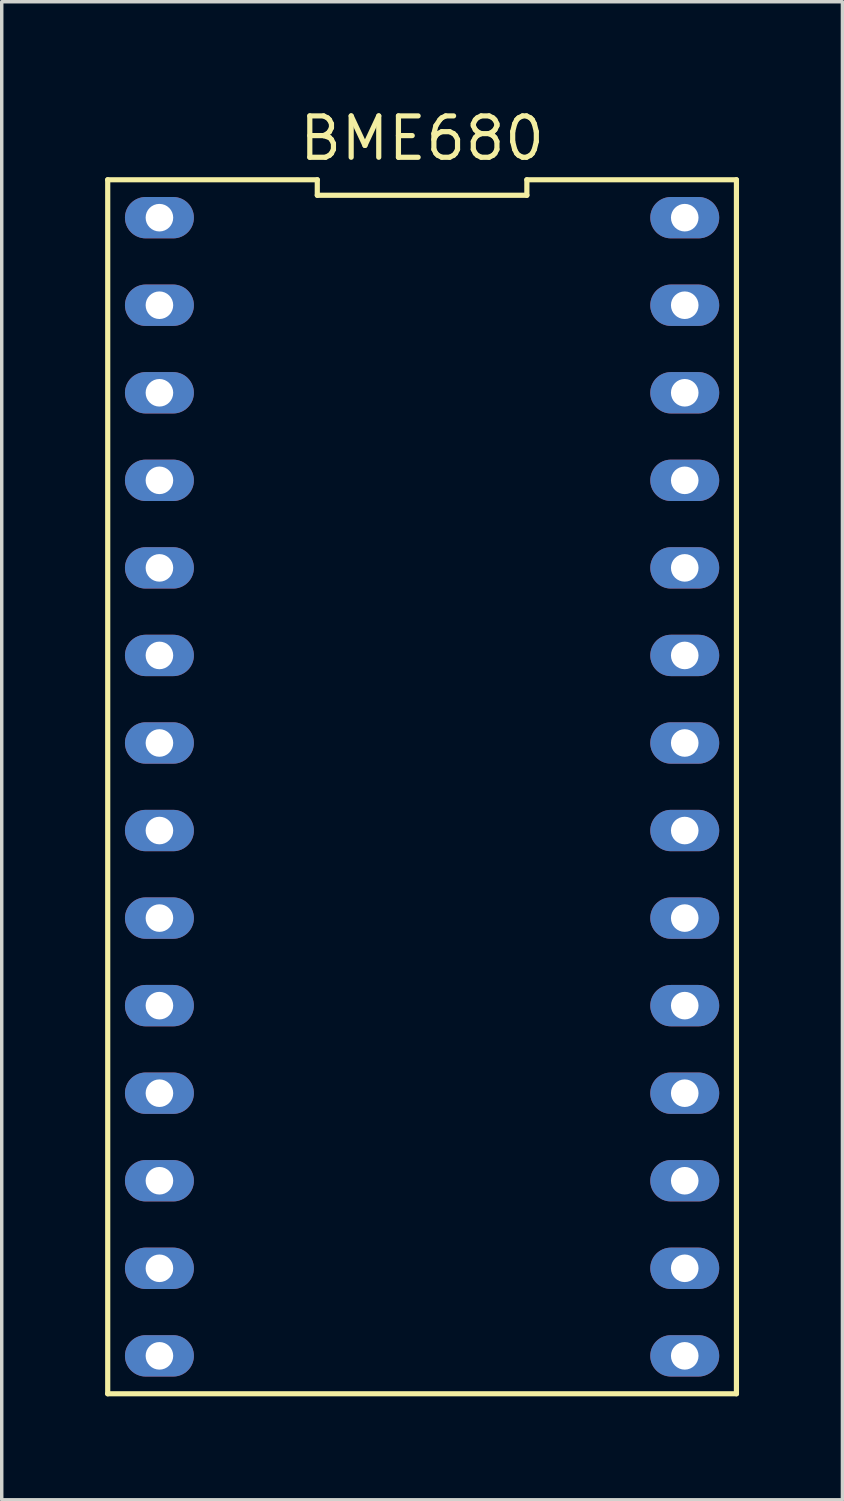
<source format=kicad_pcb>
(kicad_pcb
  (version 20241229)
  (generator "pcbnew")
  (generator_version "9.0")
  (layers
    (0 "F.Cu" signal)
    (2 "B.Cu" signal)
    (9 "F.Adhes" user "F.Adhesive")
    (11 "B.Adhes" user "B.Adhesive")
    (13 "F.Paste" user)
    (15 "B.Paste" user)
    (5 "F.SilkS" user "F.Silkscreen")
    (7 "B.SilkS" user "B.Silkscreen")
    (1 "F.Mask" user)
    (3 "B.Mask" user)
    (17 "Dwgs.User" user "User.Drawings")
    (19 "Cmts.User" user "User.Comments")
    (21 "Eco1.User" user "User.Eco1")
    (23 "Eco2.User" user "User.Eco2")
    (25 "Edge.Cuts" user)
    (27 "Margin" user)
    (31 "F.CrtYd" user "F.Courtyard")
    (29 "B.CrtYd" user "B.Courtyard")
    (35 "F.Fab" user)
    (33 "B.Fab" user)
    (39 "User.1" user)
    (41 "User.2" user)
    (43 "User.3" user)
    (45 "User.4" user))
  (footprint "BME680"
    (layer "F.Cu")
    (at 9.195 19.775)
    (property "Reference" "BME680" (at 0 -18.81 0) (layer "F.SilkS") (effects (font (size 1.2 1.2) (thickness 0.15))))
    (attr through_hole)
    (fp_line (start -9.12 17.61) (end 9.12 17.61) (stroke (width 0.15) (type solid)) (layer "F.SilkS"))
    (fp_line (start -9.12 -17.61) (end -9.12 17.61) (stroke (width 0.15) (type solid)) (layer "F.SilkS"))
    (fp_line (start -3.04 -17.61) (end -9.12 -17.61) (stroke (width 0.15) (type solid)) (layer "F.SilkS"))
    (fp_line (start -3.04 -17.16) (end -3.04 -17.61) (stroke (width 0.15) (type solid)) (layer "F.SilkS"))
    (fp_line (start 3.04 -17.61) (end 3.04 -17.16) (stroke (width 0.15) (type solid)) (layer "F.SilkS"))
    (fp_line (start 3.04 -17.16) (end -3.04 -17.16) (stroke (width 0.15) (type solid)) (layer "F.SilkS"))
    (fp_line (start 9.12 17.61) (end 9.12 -17.61) (stroke (width 0.15) (type solid)) (layer "F.SilkS"))
    (fp_line (start 9.12 -17.61) (end 3.04 -17.61) (stroke (width 0.15) (type solid)) (layer "F.SilkS"))
    (pad "1" thru_hole oval (at -7.62 -16.51 270) (size 1.2 2) (drill 0.8) (layers "*.Cu" "*.Mask"))
    (pad "2" thru_hole oval (at -7.62 -13.97 270) (size 1.2 2) (drill 0.8) (layers "*.Cu" "*.Mask"))
    (pad "3" thru_hole oval (at -7.62 -11.43 270) (size 1.2 2) (drill 0.8) (layers "*.Cu" "*.Mask"))
    (pad "4" thru_hole oval (at -7.62 -8.89 270) (size 1.2 2) (drill 0.8) (layers "*.Cu" "*.Mask"))
    (pad "5" thru_hole oval (at -7.62 -6.35 270) (size 1.2 2) (drill 0.8) (layers "*.Cu" "*.Mask"))
    (pad "6" thru_hole oval (at -7.62 -3.81 270) (size 1.2 2) (drill 0.8) (layers "*.Cu" "*.Mask"))
    (pad "7" thru_hole oval (at -7.62 -1.27 270) (size 1.2 2) (drill 0.8) (layers "*.Cu" "*.Mask"))
    (pad "8" thru_hole oval (at -7.62 1.27 270) (size 1.2 2) (drill 0.8) (layers "*.Cu" "*.Mask"))
    (pad "9" thru_hole oval (at -7.62 3.81 270) (size 1.2 2) (drill 0.8) (layers "*.Cu" "*.Mask"))
    (pad "10" thru_hole oval (at -7.62 6.35 270) (size 1.2 2) (drill 0.8) (layers "*.Cu" "*.Mask"))
    (pad "11" thru_hole oval (at -7.62 8.89 270) (size 1.2 2) (drill 0.8) (layers "*.Cu" "*.Mask"))
    (pad "12" thru_hole oval (at -7.62 11.43 270) (size 1.2 2) (drill 0.8) (layers "*.Cu" "*.Mask"))
    (pad "13" thru_hole oval (at -7.62 13.97 270) (size 1.2 2) (drill 0.8) (layers "*.Cu" "*.Mask"))
    (pad "14" thru_hole oval (at -7.62 16.51 270) (size 1.2 2) (drill 0.8) (layers "*.Cu" "*.Mask"))
    (pad "15" thru_hole oval (at 7.62 16.51 270) (size 1.2 2) (drill 0.8) (layers "*.Cu" "*.Mask"))
    (pad "16" thru_hole oval (at 7.62 13.97 270) (size 1.2 2) (drill 0.8) (layers "*.Cu" "*.Mask"))
    (pad "17" thru_hole oval (at 7.62 11.43 270) (size 1.2 2) (drill 0.8) (layers "*.Cu" "*.Mask"))
    (pad "18" thru_hole oval (at 7.62 8.89 270) (size 1.2 2) (drill 0.8) (layers "*.Cu" "*.Mask"))
    (pad "19" thru_hole oval (at 7.62 6.35 270) (size 1.2 2) (drill 0.8) (layers "*.Cu" "*.Mask"))
    (pad "20" thru_hole oval (at 7.62 3.81 270) (size 1.2 2) (drill 0.8) (layers "*.Cu" "*.Mask"))
    (pad "21" thru_hole oval (at 7.62 1.27 270) (size 1.2 2) (drill 0.8) (layers "*.Cu" "*.Mask"))
    (pad "22" thru_hole oval (at 7.62 -1.27 270) (size 1.2 2) (drill 0.8) (layers "*.Cu" "*.Mask"))
    (pad "23" thru_hole oval (at 7.62 -3.81 270) (size 1.2 2) (drill 0.8) (layers "*.Cu" "*.Mask"))
    (pad "24" thru_hole oval (at 7.62 -6.35 270) (size 1.2 2) (drill 0.8) (layers "*.Cu" "*.Mask"))
    (pad "25" thru_hole oval (at 7.62 -8.89 270) (size 1.2 2) (drill 0.8) (layers "*.Cu" "*.Mask"))
    (pad "26" thru_hole oval (at 7.62 -11.43 270) (size 1.2 2) (drill 0.8) (layers "*.Cu" "*.Mask"))
    (pad "27" thru_hole oval (at 7.62 -13.97 270) (size 1.2 2) (drill 0.8) (layers "*.Cu" "*.Mask"))
    (pad "28" thru_hole oval (at 7.62 -16.51 270) (size 1.2 2) (drill 0.8) (layers "*.Cu" "*.Mask")))
  (gr_rect
    (start -3 -3)
    (end 21.39 40.46)
    (stroke (width 0.1) (type default))
    (fill no)
    (layer "Edge.Cuts")))
</source>
